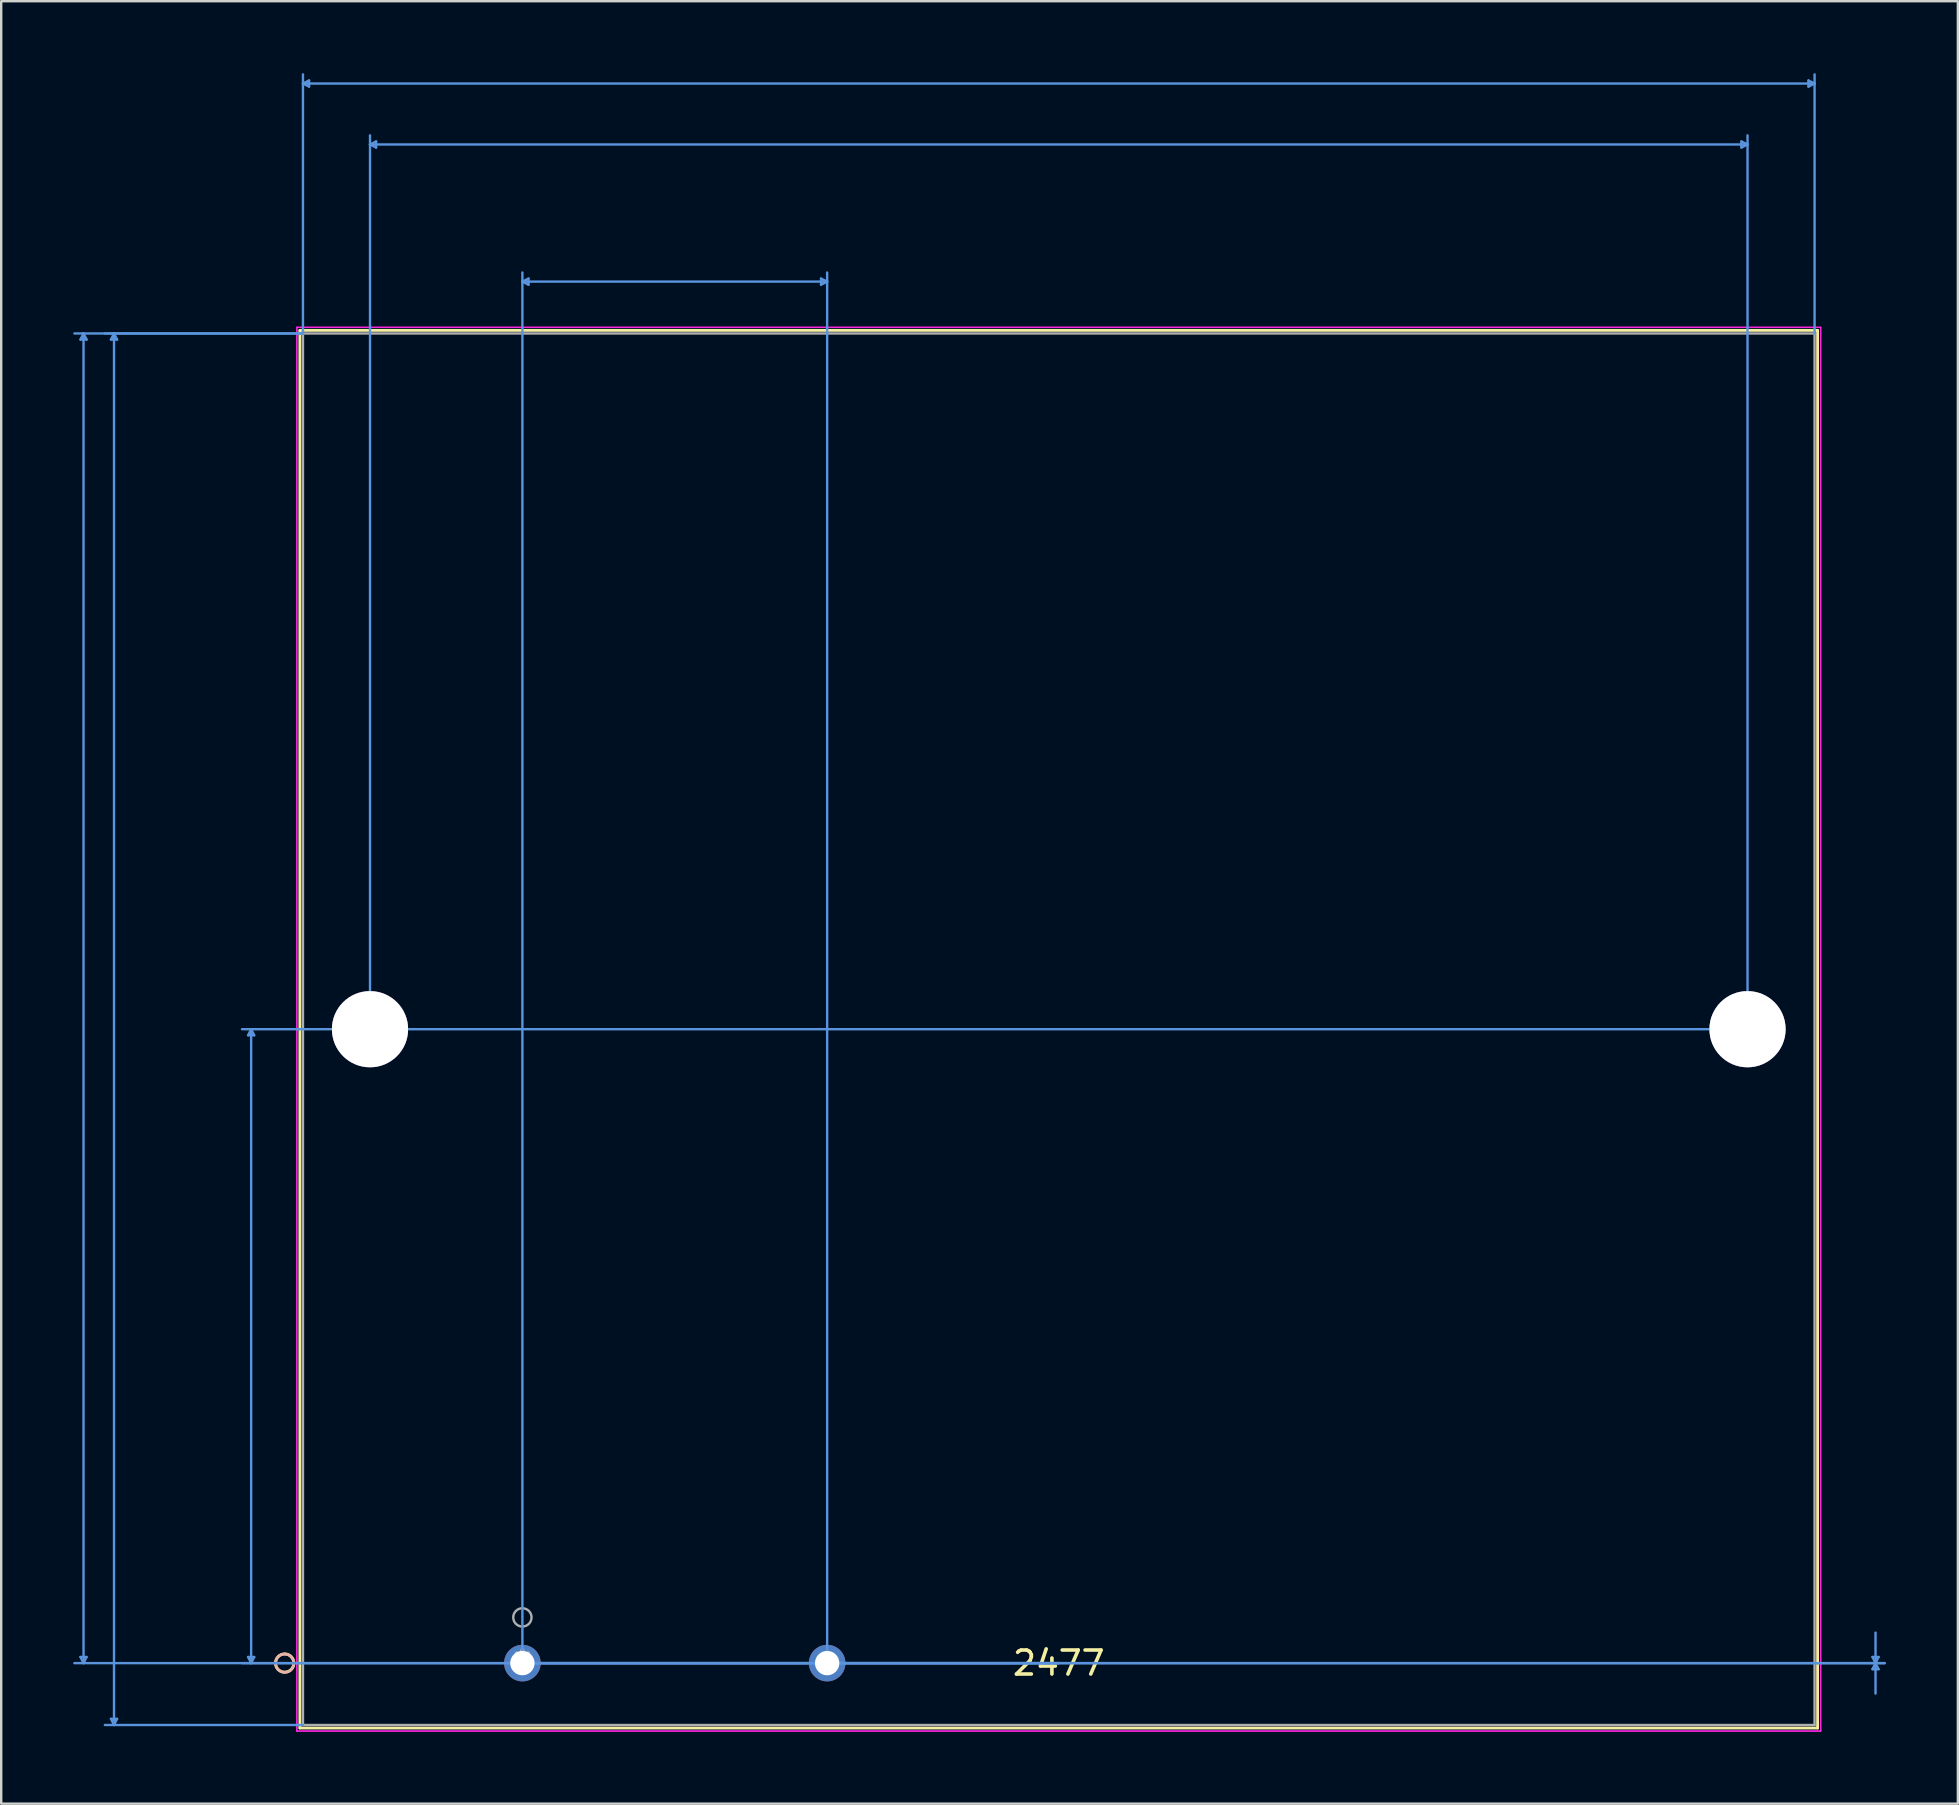
<source format=kicad_pcb>
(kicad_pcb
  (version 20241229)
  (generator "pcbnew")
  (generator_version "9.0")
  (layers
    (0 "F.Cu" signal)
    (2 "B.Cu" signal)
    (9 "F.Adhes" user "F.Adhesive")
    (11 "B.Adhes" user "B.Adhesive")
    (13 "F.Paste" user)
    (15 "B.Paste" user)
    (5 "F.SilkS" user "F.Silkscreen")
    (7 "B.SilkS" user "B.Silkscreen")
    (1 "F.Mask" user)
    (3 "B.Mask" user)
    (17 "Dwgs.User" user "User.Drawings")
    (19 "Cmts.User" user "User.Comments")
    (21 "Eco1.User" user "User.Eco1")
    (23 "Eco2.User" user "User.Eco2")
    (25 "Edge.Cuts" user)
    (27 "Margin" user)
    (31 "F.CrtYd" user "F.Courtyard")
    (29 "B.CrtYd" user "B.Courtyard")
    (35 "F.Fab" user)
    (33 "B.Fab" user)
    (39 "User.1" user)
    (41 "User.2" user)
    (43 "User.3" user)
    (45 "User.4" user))
  (footprint "2477"
    (layer "F.Cu")
    (at 18.719 66.255)
    (property "Reference" "2477" (at 22.352 0 0) (layer "F.SilkS") (effects (font (size 1 1) (thickness 0.15))))
    (attr through_hole)
    (fp_line (start -9.271 -55.537) (end -9.271 2.705) (stroke (width 0.12) (type solid)) (layer "F.SilkS"))
    (fp_line (start -9.271 2.705) (end 53.975 2.705) (stroke (width 0.12) (type solid)) (layer "F.SilkS"))
    (fp_line (start 53.975 -55.537) (end -9.271 -55.537) (stroke (width 0.12) (type solid)) (layer "F.SilkS"))
    (fp_line (start 53.975 2.705) (end 53.975 -55.537) (stroke (width 0.12) (type solid)) (layer "F.SilkS"))
    (fp_circle (center -9.906 0) (end -9.525 0) (stroke (width 0.12) (type solid)) (fill no) (layer "F.SilkS"))
    (fp_circle (center -9.906 0) (end -9.525 0) (stroke (width 0.12) (type solid)) (fill no) (layer "B.SilkS"))
    (fp_line (start -18.415 -55.156) (end -18.161 -55.156) (stroke (width 0.1) (type solid)) (layer "Cmts.User"))
    (fp_line (start -18.415 -0.254) (end -18.161 -0.254) (stroke (width 0.1) (type solid)) (layer "Cmts.User"))
    (fp_line (start -18.288 -55.41) (end -18.415 -55.156) (stroke (width 0.1) (type solid)) (layer "Cmts.User"))
    (fp_line (start -18.288 -55.41) (end -18.288 0) (stroke (width 0.1) (type solid)) (layer "Cmts.User"))
    (fp_line (start -18.288 -55.41) (end -18.161 -55.156) (stroke (width 0.1) (type solid)) (layer "Cmts.User"))
    (fp_line (start -18.288 0) (end -18.415 -0.254) (stroke (width 0.1) (type solid)) (layer "Cmts.User"))
    (fp_line (start -18.288 0) (end -18.161 -0.254) (stroke (width 0.1) (type solid)) (layer "Cmts.User"))
    (fp_line (start -17.145 -55.156) (end -16.891 -55.156) (stroke (width 0.1) (type solid)) (layer "Cmts.User"))
    (fp_line (start -17.145 2.324) (end -16.891 2.324) (stroke (width 0.1) (type solid)) (layer "Cmts.User"))
    (fp_line (start -17.018 -55.41) (end -17.145 -55.156) (stroke (width 0.1) (type solid)) (layer "Cmts.User"))
    (fp_line (start -17.018 -55.41) (end -17.018 2.578) (stroke (width 0.1) (type solid)) (layer "Cmts.User"))
    (fp_line (start -17.018 -55.41) (end -16.891 -55.156) (stroke (width 0.1) (type solid)) (layer "Cmts.User"))
    (fp_line (start -17.018 2.578) (end -17.145 2.324) (stroke (width 0.1) (type solid)) (layer "Cmts.User"))
    (fp_line (start -17.018 2.578) (end -16.891 2.324) (stroke (width 0.1) (type solid)) (layer "Cmts.User"))
    (fp_line (start -11.43 -26.162) (end -11.176 -26.162) (stroke (width 0.1) (type solid)) (layer "Cmts.User"))
    (fp_line (start -11.43 -0.254) (end -11.176 -0.254) (stroke (width 0.1) (type solid)) (layer "Cmts.User"))
    (fp_line (start -11.303 -26.416) (end -11.43 -26.162) (stroke (width 0.1) (type solid)) (layer "Cmts.User"))
    (fp_line (start -11.303 -26.416) (end -11.303 0) (stroke (width 0.1) (type solid)) (layer "Cmts.User"))
    (fp_line (start -11.303 -26.416) (end -11.176 -26.162) (stroke (width 0.1) (type solid)) (layer "Cmts.User"))
    (fp_line (start -11.303 0) (end -11.43 -0.254) (stroke (width 0.1) (type solid)) (layer "Cmts.User"))
    (fp_line (start -11.303 0) (end -11.176 -0.254) (stroke (width 0.1) (type solid)) (layer "Cmts.User"))
    (fp_line (start -9.144 -65.824) (end -8.89 -65.951) (stroke (width 0.1) (type solid)) (layer "Cmts.User"))
    (fp_line (start -9.144 -65.824) (end -8.89 -65.697) (stroke (width 0.1) (type solid)) (layer "Cmts.User"))
    (fp_line (start -9.144 -65.824) (end 53.848 -65.824) (stroke (width 0.1) (type solid)) (layer "Cmts.User"))
    (fp_line (start -9.144 -55.41) (end -18.669 -55.41) (stroke (width 0.1) (type solid)) (layer "Cmts.User"))
    (fp_line (start -9.144 -55.41) (end -17.399 -55.41) (stroke (width 0.1) (type solid)) (layer "Cmts.User"))
    (fp_line (start -9.144 -55.41) (end -9.144 -66.205) (stroke (width 0.1) (type solid)) (layer "Cmts.User"))
    (fp_line (start -9.144 2.578) (end -17.399 2.578) (stroke (width 0.1) (type solid)) (layer "Cmts.User"))
    (fp_line (start -8.89 -65.951) (end -8.89 -65.697) (stroke (width 0.1) (type solid)) (layer "Cmts.User"))
    (fp_line (start -6.35 -63.284) (end -6.096 -63.411) (stroke (width 0.1) (type solid)) (layer "Cmts.User"))
    (fp_line (start -6.35 -63.284) (end -6.096 -63.157) (stroke (width 0.1) (type solid)) (layer "Cmts.User"))
    (fp_line (start -6.35 -63.284) (end 51.054 -63.284) (stroke (width 0.1) (type solid)) (layer "Cmts.User"))
    (fp_line (start -6.35 -26.416) (end -6.35 -63.665) (stroke (width 0.1) (type solid)) (layer "Cmts.User"))
    (fp_line (start -6.096 -63.411) (end -6.096 -63.157) (stroke (width 0.1) (type solid)) (layer "Cmts.User"))
    (fp_line (start 0 -57.569) (end 0.254 -57.696) (stroke (width 0.1) (type solid)) (layer "Cmts.User"))
    (fp_line (start 0 -57.569) (end 0.254 -57.442) (stroke (width 0.1) (type solid)) (layer "Cmts.User"))
    (fp_line (start 0 -57.569) (end 12.7 -57.569) (stroke (width 0.1) (type solid)) (layer "Cmts.User"))
    (fp_line (start 0 0) (end 0 -57.95) (stroke (width 0.1) (type solid)) (layer "Cmts.User"))
    (fp_line (start 0 0) (end 56.769 0) (stroke (width 0.1) (type solid)) (layer "Cmts.User"))
    (fp_line (start 0 0) (end 56.769 0) (stroke (width 0.1) (type solid)) (layer "Cmts.User"))
    (fp_line (start 0.254 -57.696) (end 0.254 -57.442) (stroke (width 0.1) (type solid)) (layer "Cmts.User"))
    (fp_line (start 12.446 -57.696) (end 12.446 -57.442) (stroke (width 0.1) (type solid)) (layer "Cmts.User"))
    (fp_line (start 12.7 -57.569) (end 12.446 -57.696) (stroke (width 0.1) (type solid)) (layer "Cmts.User"))
    (fp_line (start 12.7 -57.569) (end 12.446 -57.442) (stroke (width 0.1) (type solid)) (layer "Cmts.User"))
    (fp_line (start 12.7 0) (end 12.7 -57.95) (stroke (width 0.1) (type solid)) (layer "Cmts.User"))
    (fp_line (start 22.352 0) (end -18.669 0) (stroke (width 0.1) (type solid)) (layer "Cmts.User"))
    (fp_line (start 22.352 0) (end -11.684 0) (stroke (width 0.1) (type solid)) (layer "Cmts.User"))
    (fp_line (start 50.8 -63.411) (end 50.8 -63.157) (stroke (width 0.1) (type solid)) (layer "Cmts.User"))
    (fp_line (start 51.054 -63.284) (end 50.8 -63.411) (stroke (width 0.1) (type solid)) (layer "Cmts.User"))
    (fp_line (start 51.054 -63.284) (end 50.8 -63.157) (stroke (width 0.1) (type solid)) (layer "Cmts.User"))
    (fp_line (start 51.054 -26.416) (end -11.684 -26.416) (stroke (width 0.1) (type solid)) (layer "Cmts.User"))
    (fp_line (start 51.054 -26.416) (end 51.054 -63.665) (stroke (width 0.1) (type solid)) (layer "Cmts.User"))
    (fp_line (start 53.594 -65.951) (end 53.594 -65.697) (stroke (width 0.1) (type solid)) (layer "Cmts.User"))
    (fp_line (start 53.848 -65.824) (end 53.594 -65.951) (stroke (width 0.1) (type solid)) (layer "Cmts.User"))
    (fp_line (start 53.848 -65.824) (end 53.594 -65.697) (stroke (width 0.1) (type solid)) (layer "Cmts.User"))
    (fp_line (start 53.848 -55.41) (end 53.848 -66.205) (stroke (width 0.1) (type solid)) (layer "Cmts.User"))
    (fp_line (start 56.261 -0.254) (end 56.515 -0.254) (stroke (width 0.1) (type solid)) (layer "Cmts.User"))
    (fp_line (start 56.261 0.254) (end 56.515 0.254) (stroke (width 0.1) (type solid)) (layer "Cmts.User"))
    (fp_line (start 56.388 0) (end 56.261 -0.254) (stroke (width 0.1) (type solid)) (layer "Cmts.User"))
    (fp_line (start 56.388 0) (end 56.261 0.254) (stroke (width 0.1) (type solid)) (layer "Cmts.User"))
    (fp_line (start 56.388 0) (end 56.388 -1.27) (stroke (width 0.1) (type solid)) (layer "Cmts.User"))
    (fp_line (start 56.388 0) (end 56.388 1.27) (stroke (width 0.1) (type solid)) (layer "Cmts.User"))
    (fp_line (start 56.388 0) (end 56.515 -0.254) (stroke (width 0.1) (type solid)) (layer "Cmts.User"))
    (fp_line (start 56.388 0) (end 56.515 0.254) (stroke (width 0.1) (type solid)) (layer "Cmts.User"))
    (fp_line (start -9.398 -55.664) (end -9.398 2.832) (stroke (width 0.05) (type solid)) (layer "F.CrtYd"))
    (fp_line (start -9.398 -55.664) (end -9.398 2.832) (stroke (width 0.05) (type solid)) (layer "F.CrtYd"))
    (fp_line (start -9.398 2.832) (end 54.102 2.832) (stroke (width 0.05) (type solid)) (layer "F.CrtYd"))
    (fp_line (start -9.398 2.832) (end 54.102 2.832) (stroke (width 0.05) (type solid)) (layer "F.CrtYd"))
    (fp_line (start 54.102 -55.664) (end -9.398 -55.664) (stroke (width 0.05) (type solid)) (layer "F.CrtYd"))
    (fp_line (start 54.102 -55.664) (end -9.398 -55.664) (stroke (width 0.05) (type solid)) (layer "F.CrtYd"))
    (fp_line (start 54.102 2.832) (end 54.102 -55.664) (stroke (width 0.05) (type solid)) (layer "F.CrtYd"))
    (fp_line (start 54.102 2.832) (end 54.102 -55.664) (stroke (width 0.05) (type solid)) (layer "F.CrtYd"))
    (fp_line (start -9.144 -55.41) (end -9.144 2.578) (stroke (width 0.1) (type solid)) (layer "F.Fab"))
    (fp_line (start -9.144 2.578) (end 53.848 2.578) (stroke (width 0.1) (type solid)) (layer "F.Fab"))
    (fp_line (start 53.848 -55.41) (end -9.144 -55.41) (stroke (width 0.1) (type solid)) (layer "F.Fab"))
    (fp_line (start 53.848 2.578) (end 53.848 -55.41) (stroke (width 0.1) (type solid)) (layer "F.Fab"))
    (fp_circle (center 0 -1.905) (end 0.381 -1.905) (stroke (width 0.1) (type solid)) (fill no) (layer "F.Fab"))
    (fp_text user "*" (at 0 0 0) (layer "F.SilkS") (effects (font (size 1 1) (thickness 0.15))))
    (fp_text user "Copyright 2021 Accelerated Designs. All rights reserved." (at 0 0 0) (layer "Cmts.User") (effects (font (size 0.127 0.127) (thickness 0.002))))
    (fp_text user "*" (at 0 0 0) (layer "F.Fab") (effects (font (size 1 1) (thickness 0.15))))
    (pad "1" thru_hole circle (at 0 0) (size 1.524 1.524) (drill 1.016) (layers "*.Cu" "*.Mask"))
    (pad "2" thru_hole circle (at 12.7 0) (size 1.524 1.524) (drill 1.016) (layers "*.Cu" "*.Mask"))
    (pad "3" thru_hole circle (at -6.35 -26.416 90) (size 3.175 3.175) (drill 3.175) (layers "*.Cu" "*.Mask"))
    (pad "4" thru_hole circle (at 51.054 -26.416 90) (size 3.175 3.175) (drill 3.175) (layers "*.Cu" "*.Mask")))
  (gr_rect
    (start -3 -3)
    (end 78.538 72.112)
    (stroke (width 0.1) (type default))
    (fill no)
    (layer "Edge.Cuts")))
</source>
